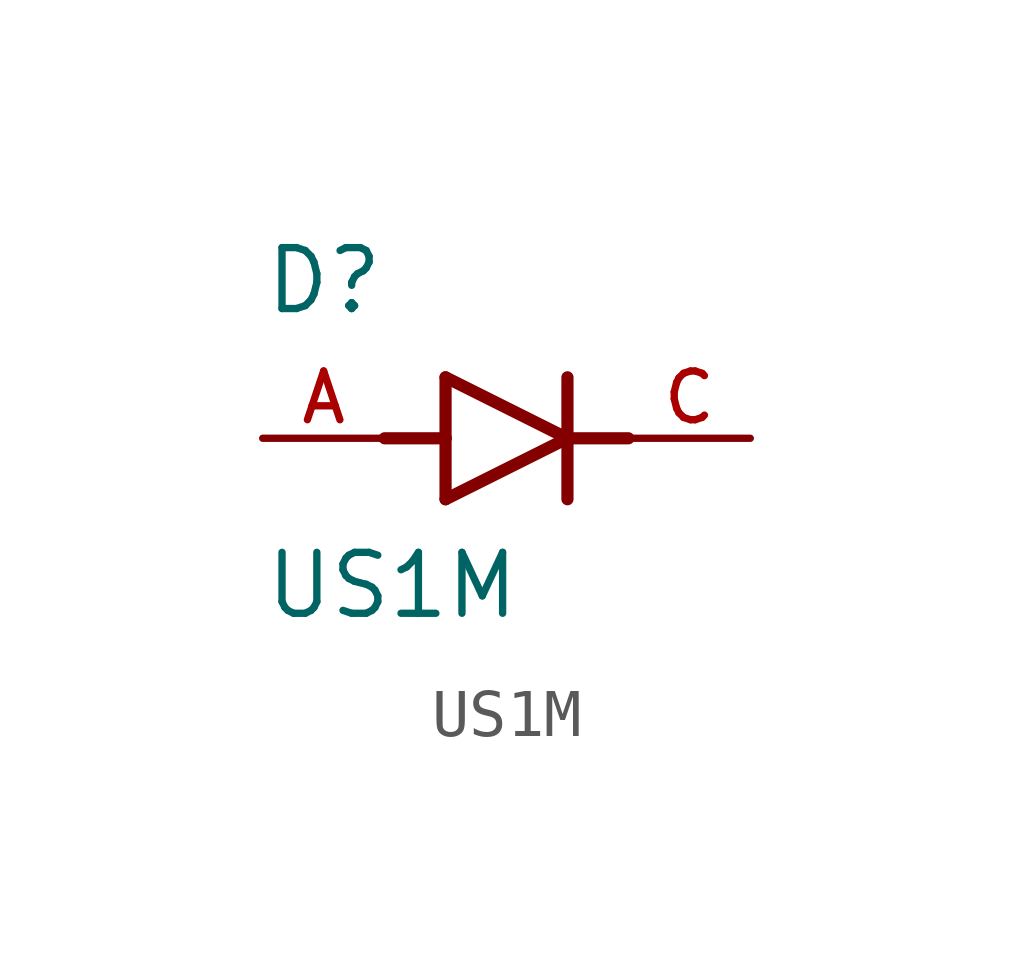
<source format=kicad_sym>
(kicad_symbol_lib
  (version 20211014)
  (generator kicad_symbol_editor)
  (symbol "US1M"
    (pin_names
      (offset 1.016))
    (property "Reference" "D"
      (at -5.08 2.54 0)
      (effects (font (size 1.27 1.27)) (justify bottom left)))
    (property "Value" "US1M"
      (at -5.08 -3.81 0)
      (effects (font (size 1.27 1.27)) (justify bottom left)))
    (symbol "US1M_0_0"
      (polyline (pts (xy -1.27 -1.27) (xy 1.27 0.0)) (stroke (width 0.254)))
      (polyline (pts (xy 1.27 0.0) (xy -1.27 1.27)) (stroke (width 0.254)))
      (polyline (pts (xy 1.27 1.27) (xy 1.27 0.0)) (stroke (width 0.254)))
      (polyline (pts (xy -1.27 1.27) (xy -1.27 0.0)) (stroke (width 0.254)))
      (polyline (pts (xy -1.27 0.0) (xy -1.27 -1.27)) (stroke (width 0.254)))
      (polyline (pts (xy 1.27 0.0) (xy 1.27 -1.27)) (stroke (width 0.254)))
      (polyline (pts (xy -2.54 0.0) (xy -1.27 0.0)) (stroke (width 0.254)))
      (polyline (pts (xy 1.27 0.0) (xy 2.54 0.0)) (stroke (width 0.254)))
      (pin passive line (at 5.08 0.0 180.0) (length 2.54) (name "~" (effects (font (size 1.016 1.016)))) (number "C" (effects (font (size 1.016 1.016)))))
      (pin passive line (at -5.08 0.0 0) (length 2.54) (name "~" (effects (font (size 1.016 1.016)))) (number "A" (effects (font (size 1.016 1.016))))))))
</source>
